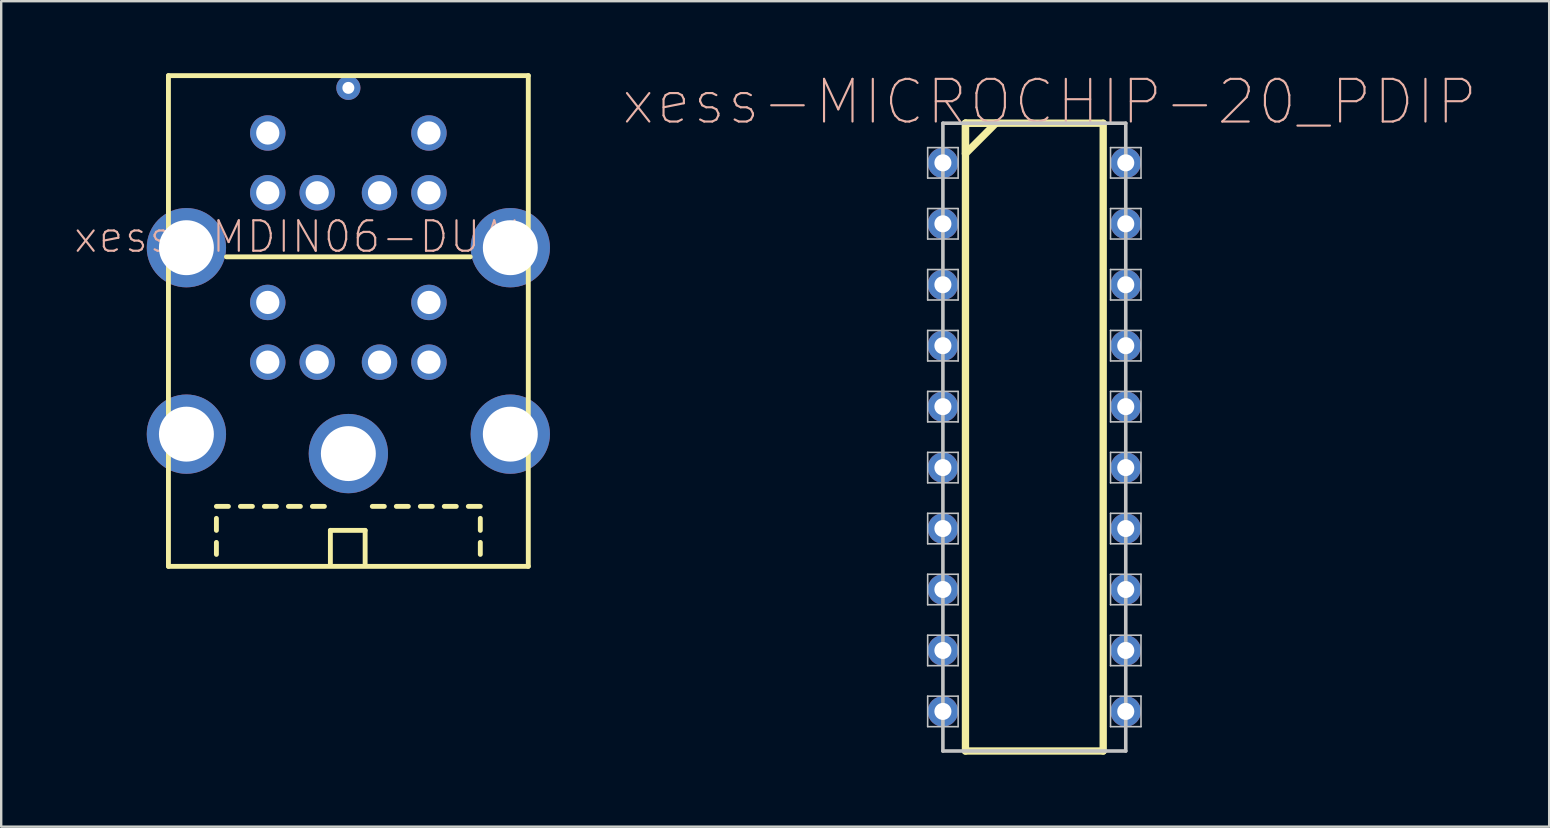
<source format=kicad_pcb>
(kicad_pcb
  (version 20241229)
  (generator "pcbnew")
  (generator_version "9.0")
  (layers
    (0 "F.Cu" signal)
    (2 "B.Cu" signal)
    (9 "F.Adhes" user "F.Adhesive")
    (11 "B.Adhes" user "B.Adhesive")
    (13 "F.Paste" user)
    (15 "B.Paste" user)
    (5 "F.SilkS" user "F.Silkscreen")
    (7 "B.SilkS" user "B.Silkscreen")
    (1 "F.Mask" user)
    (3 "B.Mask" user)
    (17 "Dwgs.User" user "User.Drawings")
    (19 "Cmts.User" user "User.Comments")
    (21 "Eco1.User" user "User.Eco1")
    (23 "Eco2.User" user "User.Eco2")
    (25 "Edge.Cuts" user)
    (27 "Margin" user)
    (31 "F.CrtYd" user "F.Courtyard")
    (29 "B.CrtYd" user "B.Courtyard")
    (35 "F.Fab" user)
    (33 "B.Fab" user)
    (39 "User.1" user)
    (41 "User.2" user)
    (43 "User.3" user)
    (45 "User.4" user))
  (footprint "xess-MDIN06-DUAL"
    (layer "F.Cu")
    (at 11.467 20.551)
    (property "Reference" "xess-MDIN06-DUAL" (at -1.905 -13.734 0) (layer "B.SilkS") (effects (font (size 1.27 1.27) (thickness 0.089))))
    (attr exclude_from_pos_files exclude_from_bom)
    (fp_line (start -7.498 -20.45) (end -7.498 0) (stroke (width 0.203) (type solid)) (layer "F.SilkS"))
    (fp_line (start -7.498 0) (end 7.498 0) (stroke (width 0.203) (type solid)) (layer "F.SilkS"))
    (fp_line (start -5.499 -2.499) (end -4.999 -2.499) (stroke (width 0.203) (type solid)) (layer "F.SilkS"))
    (fp_line (start -5.499 -1.499) (end -5.499 -1.999) (stroke (width 0.203) (type solid)) (layer "F.SilkS"))
    (fp_line (start -5.499 -0.498) (end -5.499 -0.998) (stroke (width 0.203) (type solid)) (layer "F.SilkS"))
    (fp_line (start -5.08 -12.898) (end 5.08 -12.898) (stroke (width 0.203) (type solid)) (layer "F.SilkS"))
    (fp_line (start -4.498 -2.499) (end -3.998 -2.499) (stroke (width 0.203) (type solid)) (layer "F.SilkS"))
    (fp_line (start -3.498 -2.499) (end -3 -2.499) (stroke (width 0.203) (type solid)) (layer "F.SilkS"))
    (fp_line (start -2.499 -2.499) (end -1.999 -2.499) (stroke (width 0.203) (type solid)) (layer "F.SilkS"))
    (fp_line (start -1.499 -2.499) (end -0.998 -2.499) (stroke (width 0.203) (type solid)) (layer "F.SilkS"))
    (fp_line (start -0.749 -1.499) (end 0.699 -1.499) (stroke (width 0.203) (type solid)) (layer "F.SilkS"))
    (fp_line (start -0.749 -0.099) (end -0.749 -1.499) (stroke (width 0.203) (type solid)) (layer "F.SilkS"))
    (fp_line (start 0.699 -1.499) (end 0.699 -0.099) (stroke (width 0.203) (type solid)) (layer "F.SilkS"))
    (fp_line (start 0.998 -2.499) (end 1.499 -2.499) (stroke (width 0.203) (type solid)) (layer "F.SilkS"))
    (fp_line (start 1.999 -2.499) (end 2.499 -2.499) (stroke (width 0.203) (type solid)) (layer "F.SilkS"))
    (fp_line (start 3 -2.499) (end 3.498 -2.499) (stroke (width 0.203) (type solid)) (layer "F.SilkS"))
    (fp_line (start 3.998 -2.499) (end 4.498 -2.499) (stroke (width 0.203) (type solid)) (layer "F.SilkS"))
    (fp_line (start 4.999 -2.499) (end 5.499 -2.499) (stroke (width 0.203) (type solid)) (layer "F.SilkS"))
    (fp_line (start 5.499 -1.499) (end 5.499 -1.999) (stroke (width 0.203) (type solid)) (layer "F.SilkS"))
    (fp_line (start 5.499 -0.498) (end 5.499 -0.998) (stroke (width 0.203) (type solid)) (layer "F.SilkS"))
    (fp_line (start 7.498 -20.45) (end -7.498 -20.45) (stroke (width 0.203) (type solid)) (layer "F.SilkS"))
    (fp_line (start 7.498 0) (end 7.498 -20.45) (stroke (width 0.203) (type solid)) (layer "F.SilkS"))
    (pad "1A" thru_hole circle (at 1.298 -8.509) (size 1.476 1.476) (drill 0.968) (layers "*.Cu" "*.Mask"))
    (pad "1B" thru_hole circle (at 1.298 -15.568) (size 1.476 1.476) (drill 0.968) (layers "*.Cu" "*.Mask"))
    (pad "2A" thru_hole circle (at -1.298 -8.509) (size 1.476 1.476) (drill 0.968) (layers "*.Cu" "*.Mask"))
    (pad "2B" thru_hole circle (at -1.298 -15.568) (size 1.476 1.476) (drill 0.968) (layers "*.Cu" "*.Mask"))
    (pad "3A" thru_hole circle (at 3.358 -8.509) (size 1.476 1.476) (drill 0.968) (layers "*.Cu" "*.Mask"))
    (pad "3B" thru_hole circle (at 3.358 -15.568) (size 1.476 1.476) (drill 0.968) (layers "*.Cu" "*.Mask"))
    (pad "4A" thru_hole circle (at -3.358 -8.509) (size 1.476 1.476) (drill 0.968) (layers "*.Cu" "*.Mask"))
    (pad "4B" thru_hole circle (at -3.358 -15.568) (size 1.476 1.476) (drill 0.968) (layers "*.Cu" "*.Mask"))
    (pad "5A" thru_hole circle (at 3.358 -10.998) (size 1.476 1.476) (drill 0.968) (layers "*.Cu" "*.Mask"))
    (pad "5B" thru_hole circle (at 3.358 -18.059) (size 1.476 1.476) (drill 0.968) (layers "*.Cu" "*.Mask"))
    (pad "6A" thru_hole circle (at -3.358 -10.998) (size 1.476 1.476) (drill 0.968) (layers "*.Cu" "*.Mask"))
    (pad "6B" thru_hole circle (at -3.358 -18.059) (size 1.476 1.476) (drill 0.968) (layers "*.Cu" "*.Mask"))
    (pad "S1A" thru_hole circle (at 0 -4.699) (size 3.305 3.305) (drill 2.289) (layers "*.Cu" "*.Mask"))
    (pad "S1B" thru_hole circle (at 0 -19.939) (size 1.006 1.006) (drill 0.498) (layers "*.Cu" "*.Mask"))
    (pad "S2A" thru_hole circle (at -6.749 -5.509) (size 3.305 3.305) (drill 2.289) (layers "*.Cu" "*.Mask"))
    (pad "S2B" thru_hole circle (at -6.749 -13.279) (size 3.305 3.305) (drill 2.289) (layers "*.Cu" "*.Mask"))
    (pad "S3A" thru_hole circle (at 6.749 -5.509) (size 3.305 3.305) (drill 2.289) (layers "*.Cu" "*.Mask"))
    (pad "S3B" thru_hole circle (at 6.749 -13.279) (size 3.305 3.305) (drill 2.289) (layers "*.Cu" "*.Mask")))
  (footprint "xess-MICROCHIP-20_PDIP"
    (layer "F.Cu")
    (at 36.243 3.736)
    (property "Reference" "xess-MICROCHIP-20_PDIP" (at 4.445 -2.54 0) (layer "B.SilkS") (effects (font (size 1.778 1.778) (thickness 0.089))))
    (attr exclude_from_pos_files exclude_from_bom)
    (fp_line (start 0.94 -1.651) (end 0.94 -0.381) (stroke (width 0.305) (type solid)) (layer "F.SilkS"))
    (fp_line (start 0.94 -1.651) (end 0.94 24.511) (stroke (width 0.305) (type solid)) (layer "F.SilkS"))
    (fp_line (start 0.94 -0.381) (end 2.207 -1.651) (stroke (width 0.305) (type solid)) (layer "F.SilkS"))
    (fp_line (start 0.94 24.511) (end 6.68 24.511) (stroke (width 0.305) (type solid)) (layer "F.SilkS"))
    (fp_line (start 2.207 -1.651) (end 0.94 -1.651) (stroke (width 0.305) (type solid)) (layer "F.SilkS"))
    (fp_line (start 6.68 -1.651) (end 0.94 -1.651) (stroke (width 0.305) (type solid)) (layer "F.SilkS"))
    (fp_line (start 6.68 24.511) (end 6.68 -1.651) (stroke (width 0.305) (type solid)) (layer "F.SilkS"))
    (fp_line (start -0.635 -0.635) (end 0.635 -0.635) (stroke (width 0.066) (type solid)) (layer "Dwgs.User"))
    (fp_line (start -0.635 0.635) (end -0.635 -0.635) (stroke (width 0.066) (type solid)) (layer "Dwgs.User"))
    (fp_line (start -0.635 0.635) (end 0.635 0.635) (stroke (width 0.066) (type solid)) (layer "Dwgs.User"))
    (fp_line (start -0.635 1.905) (end 0.635 1.905) (stroke (width 0.066) (type solid)) (layer "Dwgs.User"))
    (fp_line (start -0.635 3.175) (end -0.635 1.905) (stroke (width 0.066) (type solid)) (layer "Dwgs.User"))
    (fp_line (start -0.635 3.175) (end 0.635 3.175) (stroke (width 0.066) (type solid)) (layer "Dwgs.User"))
    (fp_line (start -0.635 4.445) (end 0.635 4.445) (stroke (width 0.066) (type solid)) (layer "Dwgs.User"))
    (fp_line (start -0.635 5.715) (end -0.635 4.445) (stroke (width 0.066) (type solid)) (layer "Dwgs.User"))
    (fp_line (start -0.635 5.715) (end 0.635 5.715) (stroke (width 0.066) (type solid)) (layer "Dwgs.User"))
    (fp_line (start -0.635 6.985) (end 0.635 6.985) (stroke (width 0.066) (type solid)) (layer "Dwgs.User"))
    (fp_line (start -0.635 8.255) (end -0.635 6.985) (stroke (width 0.066) (type solid)) (layer "Dwgs.User"))
    (fp_line (start -0.635 8.255) (end 0.635 8.255) (stroke (width 0.066) (type solid)) (layer "Dwgs.User"))
    (fp_line (start -0.635 9.525) (end 0.635 9.525) (stroke (width 0.066) (type solid)) (layer "Dwgs.User"))
    (fp_line (start -0.635 10.795) (end -0.635 9.525) (stroke (width 0.066) (type solid)) (layer "Dwgs.User"))
    (fp_line (start -0.635 10.795) (end 0.635 10.795) (stroke (width 0.066) (type solid)) (layer "Dwgs.User"))
    (fp_line (start -0.635 12.065) (end 0.635 12.065) (stroke (width 0.066) (type solid)) (layer "Dwgs.User"))
    (fp_line (start -0.635 13.335) (end -0.635 12.065) (stroke (width 0.066) (type solid)) (layer "Dwgs.User"))
    (fp_line (start -0.635 13.335) (end 0.635 13.335) (stroke (width 0.066) (type solid)) (layer "Dwgs.User"))
    (fp_line (start -0.635 14.605) (end 0.635 14.605) (stroke (width 0.066) (type solid)) (layer "Dwgs.User"))
    (fp_line (start -0.635 15.875) (end -0.635 14.605) (stroke (width 0.066) (type solid)) (layer "Dwgs.User"))
    (fp_line (start -0.635 15.875) (end 0.635 15.875) (stroke (width 0.066) (type solid)) (layer "Dwgs.User"))
    (fp_line (start -0.635 17.145) (end 0.635 17.145) (stroke (width 0.066) (type solid)) (layer "Dwgs.User"))
    (fp_line (start -0.635 18.415) (end -0.635 17.145) (stroke (width 0.066) (type solid)) (layer "Dwgs.User"))
    (fp_line (start -0.635 18.415) (end 0.635 18.415) (stroke (width 0.066) (type solid)) (layer "Dwgs.User"))
    (fp_line (start -0.635 19.685) (end 0.635 19.685) (stroke (width 0.066) (type solid)) (layer "Dwgs.User"))
    (fp_line (start -0.635 20.955) (end -0.635 19.685) (stroke (width 0.066) (type solid)) (layer "Dwgs.User"))
    (fp_line (start -0.635 20.955) (end 0.635 20.955) (stroke (width 0.066) (type solid)) (layer "Dwgs.User"))
    (fp_line (start -0.635 22.225) (end 0.635 22.225) (stroke (width 0.066) (type solid)) (layer "Dwgs.User"))
    (fp_line (start -0.635 23.495) (end -0.635 22.225) (stroke (width 0.066) (type solid)) (layer "Dwgs.User"))
    (fp_line (start -0.635 23.495) (end 0.635 23.495) (stroke (width 0.066) (type solid)) (layer "Dwgs.User"))
    (fp_line (start 0 -1.651) (end 0 24.511) (stroke (width 0.15) (type solid)) (layer "Dwgs.User"))
    (fp_line (start 0 24.511) (end 7.62 24.511) (stroke (width 0.15) (type solid)) (layer "Dwgs.User"))
    (fp_line (start 0.635 0.635) (end 0.635 -0.635) (stroke (width 0.066) (type solid)) (layer "Dwgs.User"))
    (fp_line (start 0.635 3.175) (end 0.635 1.905) (stroke (width 0.066) (type solid)) (layer "Dwgs.User"))
    (fp_line (start 0.635 5.715) (end 0.635 4.445) (stroke (width 0.066) (type solid)) (layer "Dwgs.User"))
    (fp_line (start 0.635 8.255) (end 0.635 6.985) (stroke (width 0.066) (type solid)) (layer "Dwgs.User"))
    (fp_line (start 0.635 10.795) (end 0.635 9.525) (stroke (width 0.066) (type solid)) (layer "Dwgs.User"))
    (fp_line (start 0.635 13.335) (end 0.635 12.065) (stroke (width 0.066) (type solid)) (layer "Dwgs.User"))
    (fp_line (start 0.635 15.875) (end 0.635 14.605) (stroke (width 0.066) (type solid)) (layer "Dwgs.User"))
    (fp_line (start 0.635 18.415) (end 0.635 17.145) (stroke (width 0.066) (type solid)) (layer "Dwgs.User"))
    (fp_line (start 0.635 20.955) (end 0.635 19.685) (stroke (width 0.066) (type solid)) (layer "Dwgs.User"))
    (fp_line (start 0.635 23.495) (end 0.635 22.225) (stroke (width 0.066) (type solid)) (layer "Dwgs.User"))
    (fp_line (start 6.985 -0.635) (end 8.255 -0.635) (stroke (width 0.066) (type solid)) (layer "Dwgs.User"))
    (fp_line (start 6.985 0.635) (end 6.985 -0.635) (stroke (width 0.066) (type solid)) (layer "Dwgs.User"))
    (fp_line (start 6.985 0.635) (end 8.255 0.635) (stroke (width 0.066) (type solid)) (layer "Dwgs.User"))
    (fp_line (start 6.985 1.905) (end 8.255 1.905) (stroke (width 0.066) (type solid)) (layer "Dwgs.User"))
    (fp_line (start 6.985 3.175) (end 6.985 1.905) (stroke (width 0.066) (type solid)) (layer "Dwgs.User"))
    (fp_line (start 6.985 3.175) (end 8.255 3.175) (stroke (width 0.066) (type solid)) (layer "Dwgs.User"))
    (fp_line (start 6.985 4.445) (end 8.255 4.445) (stroke (width 0.066) (type solid)) (layer "Dwgs.User"))
    (fp_line (start 6.985 5.715) (end 6.985 4.445) (stroke (width 0.066) (type solid)) (layer "Dwgs.User"))
    (fp_line (start 6.985 5.715) (end 8.255 5.715) (stroke (width 0.066) (type solid)) (layer "Dwgs.User"))
    (fp_line (start 6.985 6.985) (end 8.255 6.985) (stroke (width 0.066) (type solid)) (layer "Dwgs.User"))
    (fp_line (start 6.985 8.255) (end 6.985 6.985) (stroke (width 0.066) (type solid)) (layer "Dwgs.User"))
    (fp_line (start 6.985 8.255) (end 8.255 8.255) (stroke (width 0.066) (type solid)) (layer "Dwgs.User"))
    (fp_line (start 6.985 9.525) (end 8.255 9.525) (stroke (width 0.066) (type solid)) (layer "Dwgs.User"))
    (fp_line (start 6.985 10.795) (end 6.985 9.525) (stroke (width 0.066) (type solid)) (layer "Dwgs.User"))
    (fp_line (start 6.985 10.795) (end 8.255 10.795) (stroke (width 0.066) (type solid)) (layer "Dwgs.User"))
    (fp_line (start 6.985 12.065) (end 8.255 12.065) (stroke (width 0.066) (type solid)) (layer "Dwgs.User"))
    (fp_line (start 6.985 13.335) (end 6.985 12.065) (stroke (width 0.066) (type solid)) (layer "Dwgs.User"))
    (fp_line (start 6.985 13.335) (end 8.255 13.335) (stroke (width 0.066) (type solid)) (layer "Dwgs.User"))
    (fp_line (start 6.985 14.605) (end 8.255 14.605) (stroke (width 0.066) (type solid)) (layer "Dwgs.User"))
    (fp_line (start 6.985 15.875) (end 6.985 14.605) (stroke (width 0.066) (type solid)) (layer "Dwgs.User"))
    (fp_line (start 6.985 15.875) (end 8.255 15.875) (stroke (width 0.066) (type solid)) (layer "Dwgs.User"))
    (fp_line (start 6.985 17.145) (end 8.255 17.145) (stroke (width 0.066) (type solid)) (layer "Dwgs.User"))
    (fp_line (start 6.985 18.415) (end 6.985 17.145) (stroke (width 0.066) (type solid)) (layer "Dwgs.User"))
    (fp_line (start 6.985 18.415) (end 8.255 18.415) (stroke (width 0.066) (type solid)) (layer "Dwgs.User"))
    (fp_line (start 6.985 19.685) (end 8.255 19.685) (stroke (width 0.066) (type solid)) (layer "Dwgs.User"))
    (fp_line (start 6.985 20.955) (end 6.985 19.685) (stroke (width 0.066) (type solid)) (layer "Dwgs.User"))
    (fp_line (start 6.985 20.955) (end 8.255 20.955) (stroke (width 0.066) (type solid)) (layer "Dwgs.User"))
    (fp_line (start 6.985 22.225) (end 8.255 22.225) (stroke (width 0.066) (type solid)) (layer "Dwgs.User"))
    (fp_line (start 6.985 23.495) (end 6.985 22.225) (stroke (width 0.066) (type solid)) (layer "Dwgs.User"))
    (fp_line (start 6.985 23.495) (end 8.255 23.495) (stroke (width 0.066) (type solid)) (layer "Dwgs.User"))
    (fp_line (start 7.62 -1.651) (end 0 -1.651) (stroke (width 0.15) (type solid)) (layer "Dwgs.User"))
    (fp_line (start 7.62 24.511) (end 7.62 -1.651) (stroke (width 0.15) (type solid)) (layer "Dwgs.User"))
    (fp_line (start 8.255 0.635) (end 8.255 -0.635) (stroke (width 0.066) (type solid)) (layer "Dwgs.User"))
    (fp_line (start 8.255 3.175) (end 8.255 1.905) (stroke (width 0.066) (type solid)) (layer "Dwgs.User"))
    (fp_line (start 8.255 5.715) (end 8.255 4.445) (stroke (width 0.066) (type solid)) (layer "Dwgs.User"))
    (fp_line (start 8.255 8.255) (end 8.255 6.985) (stroke (width 0.066) (type solid)) (layer "Dwgs.User"))
    (fp_line (start 8.255 10.795) (end 8.255 9.525) (stroke (width 0.066) (type solid)) (layer "Dwgs.User"))
    (fp_line (start 8.255 13.335) (end 8.255 12.065) (stroke (width 0.066) (type solid)) (layer "Dwgs.User"))
    (fp_line (start 8.255 15.875) (end 8.255 14.605) (stroke (width 0.066) (type solid)) (layer "Dwgs.User"))
    (fp_line (start 8.255 18.415) (end 8.255 17.145) (stroke (width 0.066) (type solid)) (layer "Dwgs.User"))
    (fp_line (start 8.255 20.955) (end 8.255 19.685) (stroke (width 0.066) (type solid)) (layer "Dwgs.User"))
    (fp_line (start 8.255 23.495) (end 8.255 22.225) (stroke (width 0.066) (type solid)) (layer "Dwgs.User"))
    (pad "1" thru_hole circle (at 0 0) (size 1.27 1.27) (drill 0.711) (layers "*.Cu" "*.Mask"))
    (pad "2" thru_hole circle (at 0 2.54) (size 1.27 1.27) (drill 0.711) (layers "*.Cu" "*.Mask"))
    (pad "3" thru_hole circle (at 0 5.08) (size 1.27 1.27) (drill 0.711) (layers "*.Cu" "*.Mask"))
    (pad "4" thru_hole circle (at 0 7.62) (size 1.27 1.27) (drill 0.711) (layers "*.Cu" "*.Mask"))
    (pad "5" thru_hole circle (at 0 10.16) (size 1.27 1.27) (drill 0.711) (layers "*.Cu" "*.Mask"))
    (pad "6" thru_hole circle (at 0 12.7) (size 1.27 1.27) (drill 0.711) (layers "*.Cu" "*.Mask"))
    (pad "7" thru_hole circle (at 0 15.24) (size 1.27 1.27) (drill 0.711) (layers "*.Cu" "*.Mask"))
    (pad "8" thru_hole circle (at 0 17.78) (size 1.27 1.27) (drill 0.711) (layers "*.Cu" "*.Mask"))
    (pad "9" thru_hole circle (at 0 20.32) (size 1.27 1.27) (drill 0.711) (layers "*.Cu" "*.Mask"))
    (pad "10" thru_hole circle (at 0 22.86) (size 1.27 1.27) (drill 0.711) (layers "*.Cu" "*.Mask"))
    (pad "11" thru_hole circle (at 7.62 22.86) (size 1.27 1.27) (drill 0.711) (layers "*.Cu" "*.Mask"))
    (pad "12" thru_hole circle (at 7.62 20.32) (size 1.27 1.27) (drill 0.711) (layers "*.Cu" "*.Mask"))
    (pad "13" thru_hole circle (at 7.62 17.78) (size 1.27 1.27) (drill 0.711) (layers "*.Cu" "*.Mask"))
    (pad "14" thru_hole circle (at 7.62 15.24) (size 1.27 1.27) (drill 0.711) (layers "*.Cu" "*.Mask"))
    (pad "15" thru_hole circle (at 7.62 12.7) (size 1.27 1.27) (drill 0.711) (layers "*.Cu" "*.Mask"))
    (pad "16" thru_hole circle (at 7.62 10.16) (size 1.27 1.27) (drill 0.711) (layers "*.Cu" "*.Mask"))
    (pad "17" thru_hole circle (at 7.62 7.62) (size 1.27 1.27) (drill 0.711) (layers "*.Cu" "*.Mask"))
    (pad "18" thru_hole circle (at 7.62 5.08) (size 1.27 1.27) (drill 0.711) (layers "*.Cu" "*.Mask"))
    (pad "19" thru_hole circle (at 7.62 2.54) (size 1.27 1.27) (drill 0.711) (layers "*.Cu" "*.Mask"))
    (pad "20" thru_hole circle (at 7.62 0) (size 1.27 1.27) (drill 0.711) (layers "*.Cu" "*.Mask")))
  (gr_rect
    (start -3 -3)
    (end 61.508 31.4)
    (stroke (width 0.1) (type default))
    (fill no)
    (layer "Edge.Cuts")))
</source>
